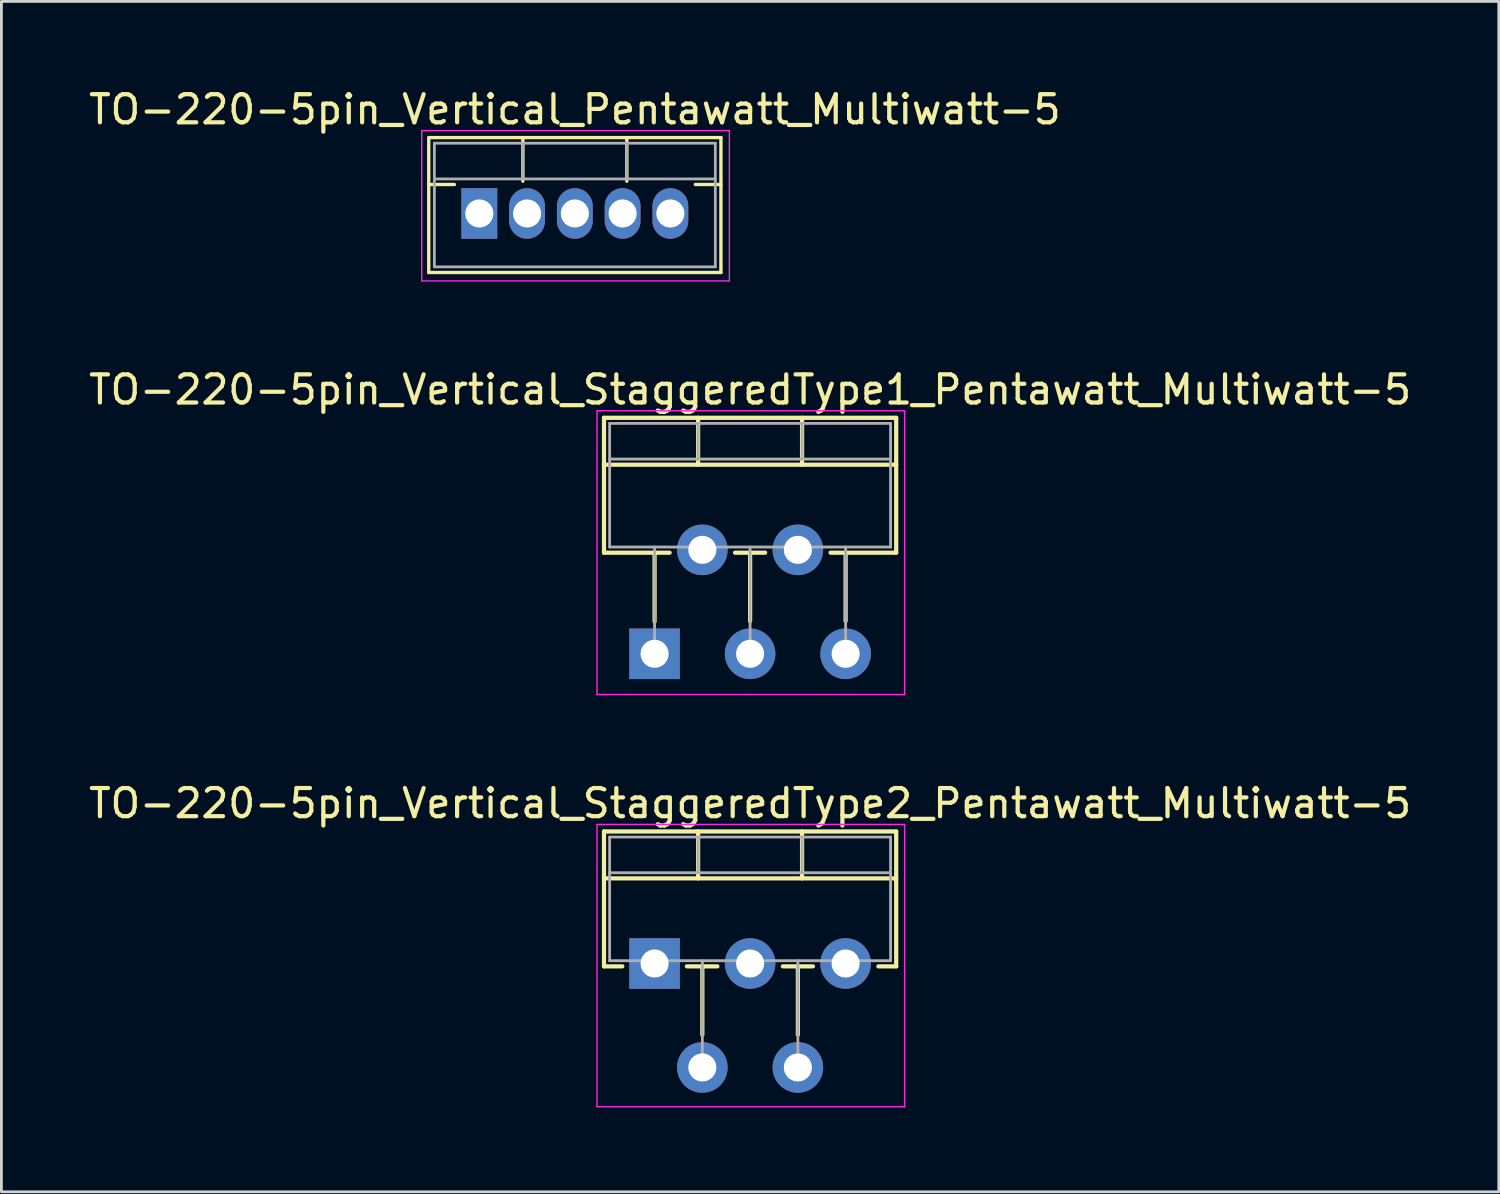
<source format=kicad_pcb>
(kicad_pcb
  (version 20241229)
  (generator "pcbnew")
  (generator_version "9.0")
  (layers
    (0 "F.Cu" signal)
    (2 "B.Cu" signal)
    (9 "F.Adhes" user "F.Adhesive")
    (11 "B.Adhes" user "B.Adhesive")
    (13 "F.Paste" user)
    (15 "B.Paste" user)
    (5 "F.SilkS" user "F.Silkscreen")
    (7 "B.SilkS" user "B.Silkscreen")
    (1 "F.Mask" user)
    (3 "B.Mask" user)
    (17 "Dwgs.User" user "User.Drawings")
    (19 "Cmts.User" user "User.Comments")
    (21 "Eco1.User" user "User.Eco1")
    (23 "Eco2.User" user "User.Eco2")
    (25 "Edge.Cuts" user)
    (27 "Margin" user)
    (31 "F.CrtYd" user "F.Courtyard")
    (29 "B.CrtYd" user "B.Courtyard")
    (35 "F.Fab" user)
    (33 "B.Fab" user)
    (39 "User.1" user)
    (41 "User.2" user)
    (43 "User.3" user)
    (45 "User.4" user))
  (footprint "TO-220-5pin_Vertical_StaggeredType2_Pentawatt_Multiwatt-5"
    (layer "F.Cu")
    (at 20.249 31.245)
    (property "Reference" "TO-220-5pin_Vertical_StaggeredType2_Pentawatt_Multiwatt-5" (at 3.4 -5.7 0) (layer "F.SilkS") (effects (font (size 1 1) (thickness 0.15))))
    (attr through_hole)
    (fp_line (start -1.8 -4.7) (end -1.8 0.101) (stroke (width 0.15) (type solid)) (layer "F.SilkS"))
    (fp_line (start -1.8 -4.7) (end 8.6 -4.7) (stroke (width 0.15) (type solid)) (layer "F.SilkS"))
    (fp_line (start -1.8 -3.03) (end 8.6 -3.03) (stroke (width 0.15) (type solid)) (layer "F.SilkS"))
    (fp_line (start -1.8 0.101) (end -1.15 0.101) (stroke (width 0.15) (type solid)) (layer "F.SilkS"))
    (fp_line (start 1.15 0.101) (end 2.235 0.101) (stroke (width 0.15) (type solid)) (layer "F.SilkS"))
    (fp_line (start 1.55 -4.7) (end 1.55 -3.03) (stroke (width 0.15) (type solid)) (layer "F.SilkS"))
    (fp_line (start 1.7 0.101) (end 1.7 2.535) (stroke (width 0.15) (type solid)) (layer "F.SilkS"))
    (fp_line (start 4.565 0.101) (end 5.636 0.101) (stroke (width 0.15) (type solid)) (layer "F.SilkS"))
    (fp_line (start 5.1 0.101) (end 5.1 2.535) (stroke (width 0.15) (type solid)) (layer "F.SilkS"))
    (fp_line (start 5.25 -4.7) (end 5.25 -3.03) (stroke (width 0.15) (type solid)) (layer "F.SilkS"))
    (fp_line (start 7.965 0.101) (end 8.6 0.101) (stroke (width 0.15) (type solid)) (layer "F.SilkS"))
    (fp_line (start 8.6 -4.7) (end 8.6 0.101) (stroke (width 0.15) (type solid)) (layer "F.SilkS"))
    (fp_line (start -2.05 -4.95) (end -2.05 5.1) (stroke (width 0.05) (type solid)) (layer "F.CrtYd"))
    (fp_line (start -2.05 5.1) (end 8.9 5.1) (stroke (width 0.05) (type solid)) (layer "F.CrtYd"))
    (fp_line (start 8.9 -4.95) (end -2.05 -4.95) (stroke (width 0.05) (type solid)) (layer "F.CrtYd"))
    (fp_line (start 8.9 5.1) (end 8.9 -4.95) (stroke (width 0.05) (type solid)) (layer "F.CrtYd"))
    (fp_line (start -1.6 -4.5) (end -1.6 -0.1) (stroke (width 0.1) (type solid)) (layer "F.Fab"))
    (fp_line (start -1.6 -3.23) (end 8.4 -3.23) (stroke (width 0.1) (type solid)) (layer "F.Fab"))
    (fp_line (start -1.6 -0.1) (end 8.4 -0.1) (stroke (width 0.1) (type solid)) (layer "F.Fab"))
    (fp_line (start 0 -0.1) (end 0 0) (stroke (width 0.1) (type solid)) (layer "F.Fab"))
    (fp_line (start 1.55 -4.5) (end 1.55 -3.23) (stroke (width 0.1) (type solid)) (layer "F.Fab"))
    (fp_line (start 1.7 -0.1) (end 1.7 3.7) (stroke (width 0.1) (type solid)) (layer "F.Fab"))
    (fp_line (start 3.4 -0.1) (end 3.4 0) (stroke (width 0.1) (type solid)) (layer "F.Fab"))
    (fp_line (start 5.1 -0.1) (end 5.1 3.7) (stroke (width 0.1) (type solid)) (layer "F.Fab"))
    (fp_line (start 5.25 -4.5) (end 5.25 -3.23) (stroke (width 0.1) (type solid)) (layer "F.Fab"))
    (fp_line (start 6.8 -0.1) (end 6.8 0) (stroke (width 0.1) (type solid)) (layer "F.Fab"))
    (fp_line (start 8.4 -4.5) (end -1.6 -4.5) (stroke (width 0.1) (type solid)) (layer "F.Fab"))
    (fp_line (start 8.4 -0.1) (end 8.4 -4.5) (stroke (width 0.1) (type solid)) (layer "F.Fab"))
    (pad "1" thru_hole rect (at 0 0) (size 1.8 1.8) (drill 1) (layers "*.Cu" "*.Mask"))
    (pad "2" thru_hole oval (at 1.7 3.7) (size 1.8 1.8) (drill 1) (layers "*.Cu" "*.Mask"))
    (pad "3" thru_hole oval (at 3.4 0) (size 1.8 1.8) (drill 1) (layers "*.Cu" "*.Mask"))
    (pad "4" thru_hole oval (at 5.1 3.7) (size 1.8 1.8) (drill 1) (layers "*.Cu" "*.Mask"))
    (pad "5" thru_hole oval (at 6.8 0) (size 1.8 1.8) (drill 1) (layers "*.Cu" "*.Mask")))
  (footprint "TO-220-5pin_Vertical_Pentawatt_Multiwatt-5"
    (layer "F.Cu")
    (at 14.011 4.548)
    (property "Reference" "TO-220-5pin_Vertical_Pentawatt_Multiwatt-5" (at 3.4 -3.7 0) (layer "F.SilkS") (effects (font (size 1 1) (thickness 0.15))))
    (attr through_hole)
    (fp_line (start -1.8 -2.7) (end -1.8 2.101) (stroke (width 0.12) (type solid)) (layer "F.SilkS"))
    (fp_line (start -1.8 -2.7) (end 8.6 -2.7) (stroke (width 0.12) (type solid)) (layer "F.SilkS"))
    (fp_line (start -1.8 -1.031) (end -0.888 -1.031) (stroke (width 0.12) (type solid)) (layer "F.SilkS"))
    (fp_line (start -1.8 2.101) (end 8.6 2.101) (stroke (width 0.12) (type solid)) (layer "F.SilkS"))
    (fp_line (start 1.55 -2.7) (end 1.55 -1.15) (stroke (width 0.12) (type solid)) (layer "F.SilkS"))
    (fp_line (start 5.25 -2.7) (end 5.25 -1.15) (stroke (width 0.12) (type solid)) (layer "F.SilkS"))
    (fp_line (start 7.688 -1.031) (end 8.6 -1.031) (stroke (width 0.12) (type solid)) (layer "F.SilkS"))
    (fp_line (start 8.6 -2.7) (end 8.6 2.101) (stroke (width 0.12) (type solid)) (layer "F.SilkS"))
    (fp_line (start -2.05 -2.95) (end -2.05 2.4) (stroke (width 0.05) (type solid)) (layer "F.CrtYd"))
    (fp_line (start -2.05 2.4) (end 8.9 2.4) (stroke (width 0.05) (type solid)) (layer "F.CrtYd"))
    (fp_line (start 8.9 -2.95) (end -2.05 -2.95) (stroke (width 0.05) (type solid)) (layer "F.CrtYd"))
    (fp_line (start 8.9 2.4) (end 8.9 -2.95) (stroke (width 0.05) (type solid)) (layer "F.CrtYd"))
    (fp_line (start -1.6 -2.5) (end -1.6 1.9) (stroke (width 0.1) (type solid)) (layer "F.Fab"))
    (fp_line (start -1.6 -1.23) (end 8.4 -1.23) (stroke (width 0.1) (type solid)) (layer "F.Fab"))
    (fp_line (start -1.6 1.9) (end 8.4 1.9) (stroke (width 0.1) (type solid)) (layer "F.Fab"))
    (fp_line (start 1.55 -2.5) (end 1.55 -1.23) (stroke (width 0.1) (type solid)) (layer "F.Fab"))
    (fp_line (start 5.25 -2.5) (end 5.25 -1.23) (stroke (width 0.1) (type solid)) (layer "F.Fab"))
    (fp_line (start 8.4 -2.5) (end -1.6 -2.5) (stroke (width 0.1) (type solid)) (layer "F.Fab"))
    (fp_line (start 8.4 1.9) (end 8.4 -2.5) (stroke (width 0.1) (type solid)) (layer "F.Fab"))
    (pad "1" thru_hole rect (at 0 0) (size 1.275 1.8) (drill 1) (layers "*.Cu" "*.Mask"))
    (pad "2" thru_hole oval (at 1.7 0) (size 1.275 1.8) (drill 1) (layers "*.Cu" "*.Mask"))
    (pad "3" thru_hole oval (at 3.4 0) (size 1.275 1.8) (drill 1) (layers "*.Cu" "*.Mask"))
    (pad "4" thru_hole oval (at 5.1 0) (size 1.275 1.8) (drill 1) (layers "*.Cu" "*.Mask"))
    (pad "5" thru_hole oval (at 6.8 0) (size 1.275 1.8) (drill 1) (layers "*.Cu" "*.Mask")))
  (footprint "TO-220-5pin_Vertical_StaggeredType1_Pentawatt_Multiwatt-5"
    (layer "F.Cu")
    (at 20.249 20.221)
    (property "Reference" "TO-220-5pin_Vertical_StaggeredType1_Pentawatt_Multiwatt-5" (at 3.4 -9.4 0) (layer "F.SilkS") (effects (font (size 1 1) (thickness 0.15))))
    (attr through_hole)
    (fp_line (start -1.8 -8.4) (end -1.8 -3.599) (stroke (width 0.15) (type solid)) (layer "F.SilkS"))
    (fp_line (start -1.8 -8.4) (end 8.6 -8.4) (stroke (width 0.15) (type solid)) (layer "F.SilkS"))
    (fp_line (start -1.8 -6.73) (end 8.6 -6.73) (stroke (width 0.15) (type solid)) (layer "F.SilkS"))
    (fp_line (start -1.8 -3.599) (end 0.535 -3.599) (stroke (width 0.15) (type solid)) (layer "F.SilkS"))
    (fp_line (start 0 -3.599) (end 0 -1.15) (stroke (width 0.15) (type solid)) (layer "F.SilkS"))
    (fp_line (start 1.55 -8.4) (end 1.55 -6.73) (stroke (width 0.15) (type solid)) (layer "F.SilkS"))
    (fp_line (start 2.865 -3.599) (end 3.935 -3.599) (stroke (width 0.15) (type solid)) (layer "F.SilkS"))
    (fp_line (start 3.4 -3.599) (end 3.4 -1.165) (stroke (width 0.15) (type solid)) (layer "F.SilkS"))
    (fp_line (start 5.25 -8.4) (end 5.25 -6.73) (stroke (width 0.15) (type solid)) (layer "F.SilkS"))
    (fp_line (start 6.265 -3.599) (end 8.6 -3.599) (stroke (width 0.15) (type solid)) (layer "F.SilkS"))
    (fp_line (start 6.8 -3.599) (end 6.8 -1.165) (stroke (width 0.15) (type solid)) (layer "F.SilkS"))
    (fp_line (start 8.6 -8.4) (end 8.6 -3.599) (stroke (width 0.15) (type solid)) (layer "F.SilkS"))
    (fp_line (start -2.05 -8.65) (end -2.05 1.45) (stroke (width 0.05) (type solid)) (layer "F.CrtYd"))
    (fp_line (start -2.05 1.45) (end 8.9 1.45) (stroke (width 0.05) (type solid)) (layer "F.CrtYd"))
    (fp_line (start 8.9 -8.65) (end -2.05 -8.65) (stroke (width 0.05) (type solid)) (layer "F.CrtYd"))
    (fp_line (start 8.9 1.45) (end 8.9 -8.65) (stroke (width 0.05) (type solid)) (layer "F.CrtYd"))
    (fp_line (start -1.6 -8.2) (end -1.6 -3.8) (stroke (width 0.1) (type solid)) (layer "F.Fab"))
    (fp_line (start -1.6 -6.93) (end 8.4 -6.93) (stroke (width 0.1) (type solid)) (layer "F.Fab"))
    (fp_line (start -1.6 -3.8) (end 8.4 -3.8) (stroke (width 0.1) (type solid)) (layer "F.Fab"))
    (fp_line (start 0 -3.8) (end 0 0) (stroke (width 0.1) (type solid)) (layer "F.Fab"))
    (fp_line (start 1.55 -8.2) (end 1.55 -6.93) (stroke (width 0.1) (type solid)) (layer "F.Fab"))
    (fp_line (start 1.7 -3.8) (end 1.7 -3.7) (stroke (width 0.1) (type solid)) (layer "F.Fab"))
    (fp_line (start 3.4 -3.8) (end 3.4 0) (stroke (width 0.1) (type solid)) (layer "F.Fab"))
    (fp_line (start 5.1 -3.8) (end 5.1 -3.7) (stroke (width 0.1) (type solid)) (layer "F.Fab"))
    (fp_line (start 5.25 -8.2) (end 5.25 -6.93) (stroke (width 0.1) (type solid)) (layer "F.Fab"))
    (fp_line (start 6.8 -3.8) (end 6.8 0) (stroke (width 0.1) (type solid)) (layer "F.Fab"))
    (fp_line (start 8.4 -8.2) (end -1.6 -8.2) (stroke (width 0.1) (type solid)) (layer "F.Fab"))
    (fp_line (start 8.4 -3.8) (end 8.4 -8.2) (stroke (width 0.1) (type solid)) (layer "F.Fab"))
    (pad "1" thru_hole rect (at 0 0) (size 1.8 1.8) (drill 1) (layers "*.Cu" "*.Mask"))
    (pad "2" thru_hole oval (at 1.7 -3.7) (size 1.8 1.8) (drill 1) (layers "*.Cu" "*.Mask"))
    (pad "3" thru_hole oval (at 3.4 0) (size 1.8 1.8) (drill 1) (layers "*.Cu" "*.Mask"))
    (pad "4" thru_hole oval (at 5.1 -3.7) (size 1.8 1.8) (drill 1) (layers "*.Cu" "*.Mask"))
    (pad "5" thru_hole oval (at 6.8 0) (size 1.8 1.8) (drill 1) (layers "*.Cu" "*.Mask")))
  (gr_rect
    (start -3 -3)
    (end 50.298 39.37)
    (stroke (width 0.1) (type default))
    (fill no)
    (layer "Edge.Cuts")))
</source>
